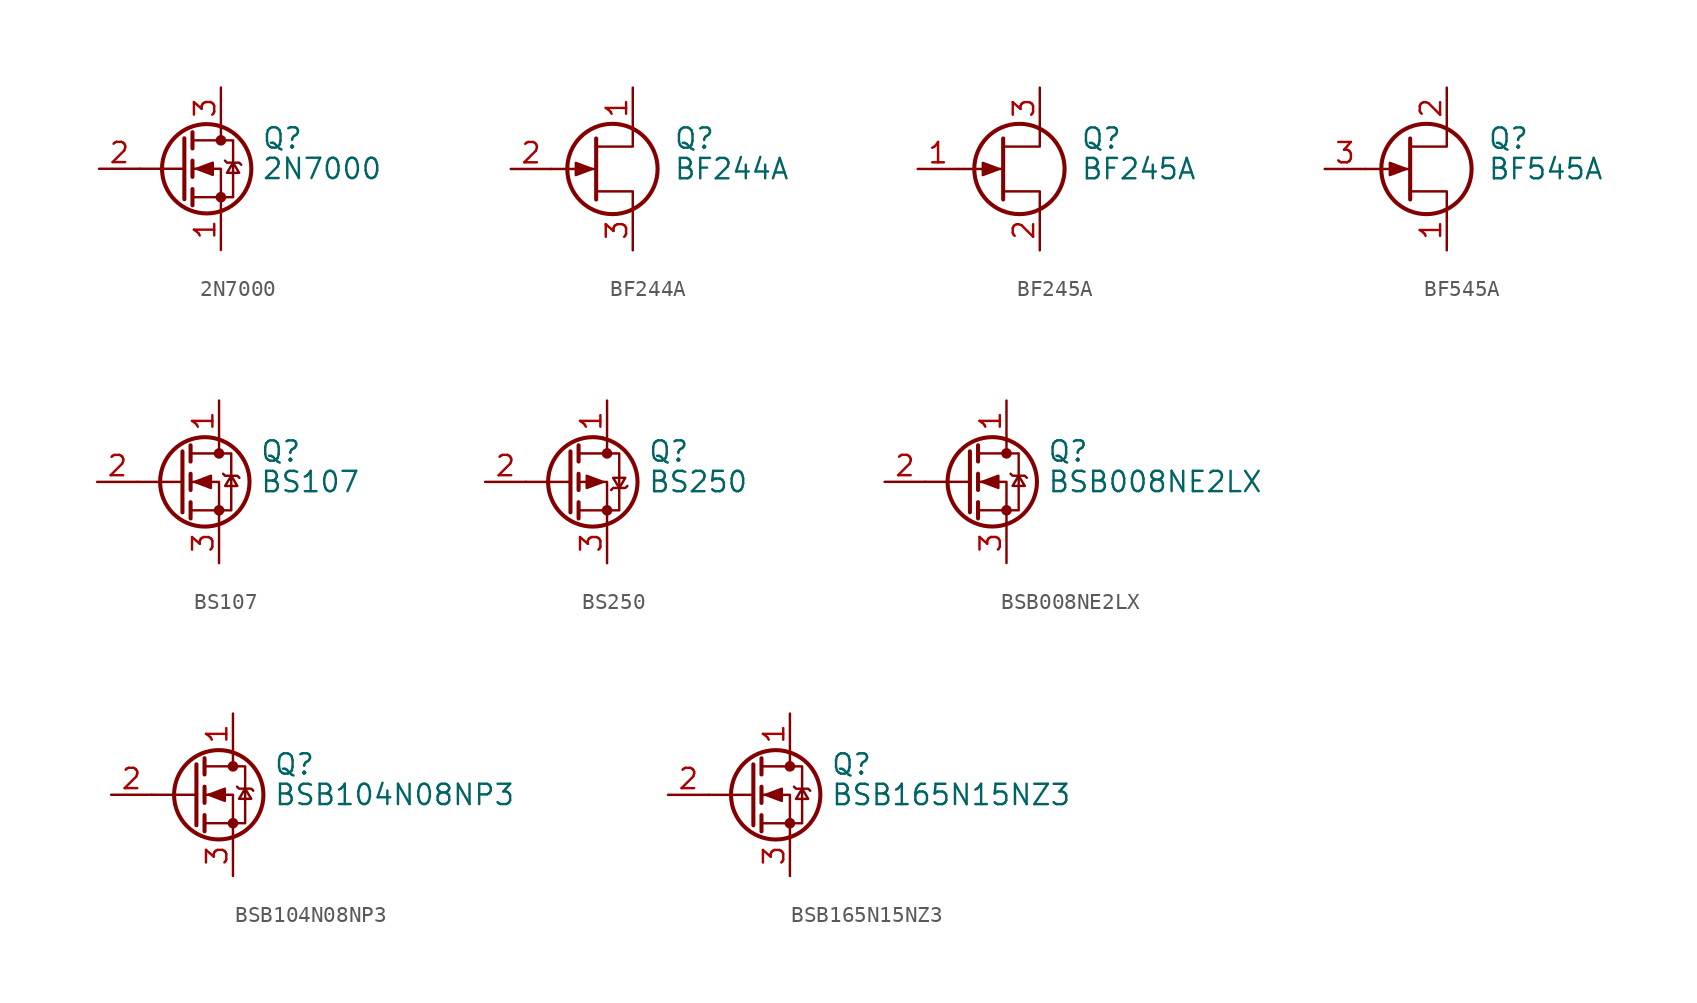
<source format=kicad_sym>
(kicad_symbol_lib
  (version 20201005)
  (generator kicad_symbol_editor)
  (symbol "2N7000"
    (pin_names hide)
    (property "Reference" "Q"
      (at 5.08 1.905 0)
      (effects (font (size 1.27 1.27)) (justify left)))
    (property "Value" "2N7000"
      (at 5.08 0 0)
      (effects (font (size 1.27 1.27)) (justify left)))
    (symbol "2N7000_0_1"
      (circle (center 1.651 0) (radius 2.794) (stroke (width 0.254)) (fill (type none)))
      (circle (center 2.54 -1.778) (radius 0.254) (stroke (width 0)) (fill (type outline)))
      (circle (center 2.54 1.778) (radius 0.254) (stroke (width 0)) (fill (type outline)))
      (polyline (pts (xy 0.254 0) (xy -2.54 0)) (stroke (width 0)) (fill (type none)))
      (polyline (pts (xy 0.254 1.905) (xy 0.254 -1.905)) (stroke (width 0.254)) (fill (type none)))
      (polyline (pts (xy 0.762 -1.27) (xy 0.762 -2.286)) (stroke (width 0.254)) (fill (type none)))
      (polyline (pts (xy 0.762 0.508) (xy 0.762 -0.508)) (stroke (width 0.254)) (fill (type none)))
      (polyline (pts (xy 0.762 2.286) (xy 0.762 1.27)) (stroke (width 0.254)) (fill (type none)))
      (polyline (pts (xy 2.54 2.54) (xy 2.54 1.778)) (stroke (width 0)) (fill (type none)))
      (polyline (pts (xy 2.54 -2.54) (xy 2.54 0) (xy 0.762 0)) (stroke (width 0)) (fill (type none)))
      (polyline (pts (xy 0.762 -1.778) (xy 3.302 -1.778) (xy 3.302 1.778) (xy 0.762 1.778)) (stroke (width 0)) (fill (type none)))
      (polyline (pts (xy 2.794 0.508) (xy 2.921 0.381) (xy 3.683 0.381) (xy 3.81 0.254)) (stroke (width 0)) (fill (type none)))
      (polyline (pts (xy 3.302 0.381) (xy 2.921 -0.254) (xy 3.683 -0.254) (xy 3.302 0.381)) (stroke (width 0)) (fill (type none)))
      (polyline (pts (xy 1.016 0) (xy 2.032 0.381) (xy 2.032 -0.381) (xy 1.016 0)) (stroke (width 0)) (fill (type outline))))
    (symbol "2N7000_1_1"
      (pin passive line (at 2.54 -5.08 90) (length 2.54) (name "S" (effects (font (size 1.27 1.27)))) (number "1" (effects (font (size 1.27 1.27)))))
      (pin input line (at -5.08 0 0) (length 2.54) (name "G" (effects (font (size 1.27 1.27)))) (number "2" (effects (font (size 1.27 1.27)))))
      (pin passive line (at 2.54 5.08 270) (length 2.54) (name "D" (effects (font (size 1.27 1.27)))) (number "3" (effects (font (size 1.27 1.27)))))))
  (symbol "BF244A"
    (pin_names hide)
    (property "Reference" "Q"
      (at 5.08 1.905 0)
      (effects (font (size 1.27 1.27)) (justify left)))
    (property "Value" "BF244A"
      (at 5.08 0 0)
      (effects (font (size 1.27 1.27)) (justify left)))
    (symbol "BF244A_0_1"
      (circle (center 1.27 0) (radius 2.819) (stroke (width 0.254)) (fill (type none)))
      (polyline (pts (xy 0.254 0) (xy -2.54 0)) (stroke (width 0)) (fill (type none)))
      (polyline (pts (xy 0.254 1.905) (xy 0.254 -1.905)) (stroke (width 0.254)) (fill (type none)))
      (polyline (pts (xy 2.54 -2.54) (xy 2.54 -1.397) (xy 0.254 -1.397)) (stroke (width 0)) (fill (type none)))
      (polyline (pts (xy 2.54 2.54) (xy 2.54 1.397) (xy 0.254 1.397)) (stroke (width 0)) (fill (type none)))
      (polyline (pts (xy 0 0) (xy -1.016 0.381) (xy -1.016 -0.381) (xy 0 0)) (stroke (width 0)) (fill (type outline))))
    (symbol "BF244A_1_1"
      (pin passive line (at 2.54 5.08 270) (length 2.54) (name "D" (effects (font (size 1.27 1.27)))) (number "1" (effects (font (size 1.27 1.27)))))
      (pin input line (at -5.08 0 0) (length 2.54) (name "G" (effects (font (size 1.27 1.27)))) (number "2" (effects (font (size 1.27 1.27)))))
      (pin passive line (at 2.54 -5.08 90) (length 2.54) (name "S" (effects (font (size 1.27 1.27)))) (number "3" (effects (font (size 1.27 1.27)))))))
  (symbol "BF245A"
    (pin_names hide)
    (property "Reference" "Q"
      (at 5.08 1.905 0)
      (effects (font (size 1.27 1.27)) (justify left)))
    (property "Value" "BF245A"
      (at 5.08 0 0)
      (effects (font (size 1.27 1.27)) (justify left)))
    (symbol "BF245A_0_1"
      (circle (center 1.27 0) (radius 2.819) (stroke (width 0.254)) (fill (type none)))
      (polyline (pts (xy 0.254 0) (xy -2.54 0)) (stroke (width 0)) (fill (type none)))
      (polyline (pts (xy 0.254 1.905) (xy 0.254 -1.905)) (stroke (width 0.254)) (fill (type none)))
      (polyline (pts (xy 2.54 -2.54) (xy 2.54 -1.397) (xy 0.254 -1.397)) (stroke (width 0)) (fill (type none)))
      (polyline (pts (xy 2.54 2.54) (xy 2.54 1.397) (xy 0.254 1.397)) (stroke (width 0)) (fill (type none)))
      (polyline (pts (xy 0 0) (xy -1.016 0.381) (xy -1.016 -0.381) (xy 0 0)) (stroke (width 0)) (fill (type outline))))
    (symbol "BF245A_1_1"
      (pin input line (at -5.08 0 0) (length 2.54) (name "G" (effects (font (size 1.27 1.27)))) (number "1" (effects (font (size 1.27 1.27)))))
      (pin passive line (at 2.54 -5.08 90) (length 2.54) (name "S" (effects (font (size 1.27 1.27)))) (number "2" (effects (font (size 1.27 1.27)))))
      (pin passive line (at 2.54 5.08 270) (length 2.54) (name "D" (effects (font (size 1.27 1.27)))) (number "3" (effects (font (size 1.27 1.27)))))))
  (symbol "BF545A"
    (pin_names hide)
    (property "Reference" "Q"
      (at 5.08 1.905 0)
      (effects (font (size 1.27 1.27)) (justify left)))
    (property "Value" "BF545A"
      (at 5.08 0 0)
      (effects (font (size 1.27 1.27)) (justify left)))
    (symbol "BF545A_0_1"
      (circle (center 1.27 0) (radius 2.819) (stroke (width 0.254)) (fill (type none)))
      (polyline (pts (xy 0.254 0) (xy -2.54 0)) (stroke (width 0)) (fill (type none)))
      (polyline (pts (xy 0.254 1.905) (xy 0.254 -1.905)) (stroke (width 0.254)) (fill (type none)))
      (polyline (pts (xy 2.54 -2.54) (xy 2.54 -1.397) (xy 0.254 -1.397)) (stroke (width 0)) (fill (type none)))
      (polyline (pts (xy 2.54 2.54) (xy 2.54 1.397) (xy 0.254 1.397)) (stroke (width 0)) (fill (type none)))
      (polyline (pts (xy 0 0) (xy -1.016 0.381) (xy -1.016 -0.381) (xy 0 0)) (stroke (width 0)) (fill (type outline))))
    (symbol "BF545A_1_1"
      (pin passive line (at 2.54 -5.08 90) (length 2.54) (name "S" (effects (font (size 1.27 1.27)))) (number "1" (effects (font (size 1.27 1.27)))))
      (pin passive line (at 2.54 5.08 270) (length 2.54) (name "D" (effects (font (size 1.27 1.27)))) (number "2" (effects (font (size 1.27 1.27)))))
      (pin input line (at -5.08 0 0) (length 2.54) (name "G" (effects (font (size 1.27 1.27)))) (number "3" (effects (font (size 1.27 1.27)))))))
  (symbol "BS107"
    (pin_names hide)
    (property "Reference" "Q"
      (at 5.08 1.905 0)
      (effects (font (size 1.27 1.27)) (justify left)))
    (property "Value" "BS107"
      (at 5.08 0 0)
      (effects (font (size 1.27 1.27)) (justify left)))
    (symbol "BS107_0_1"
      (circle (center 1.651 0) (radius 2.794) (stroke (width 0.254)) (fill (type none)))
      (circle (center 2.54 -1.778) (radius 0.254) (stroke (width 0)) (fill (type outline)))
      (circle (center 2.54 1.778) (radius 0.254) (stroke (width 0)) (fill (type outline)))
      (polyline (pts (xy 0.254 0) (xy -2.54 0)) (stroke (width 0)) (fill (type none)))
      (polyline (pts (xy 0.254 1.905) (xy 0.254 -1.905)) (stroke (width 0.254)) (fill (type none)))
      (polyline (pts (xy 0.762 -1.27) (xy 0.762 -2.286)) (stroke (width 0.254)) (fill (type none)))
      (polyline (pts (xy 0.762 0.508) (xy 0.762 -0.508)) (stroke (width 0.254)) (fill (type none)))
      (polyline (pts (xy 0.762 2.286) (xy 0.762 1.27)) (stroke (width 0.254)) (fill (type none)))
      (polyline (pts (xy 2.54 2.54) (xy 2.54 1.778)) (stroke (width 0)) (fill (type none)))
      (polyline (pts (xy 2.54 -2.54) (xy 2.54 0) (xy 0.762 0)) (stroke (width 0)) (fill (type none)))
      (polyline (pts (xy 0.762 -1.778) (xy 3.302 -1.778) (xy 3.302 1.778) (xy 0.762 1.778)) (stroke (width 0)) (fill (type none)))
      (polyline (pts (xy 2.794 0.508) (xy 2.921 0.381) (xy 3.683 0.381) (xy 3.81 0.254)) (stroke (width 0)) (fill (type none)))
      (polyline (pts (xy 3.302 0.381) (xy 2.921 -0.254) (xy 3.683 -0.254) (xy 3.302 0.381)) (stroke (width 0)) (fill (type none)))
      (polyline (pts (xy 1.016 0) (xy 2.032 0.381) (xy 2.032 -0.381) (xy 1.016 0)) (stroke (width 0)) (fill (type outline))))
    (symbol "BS107_1_1"
      (pin passive line (at 2.54 5.08 270) (length 2.54) (name "D" (effects (font (size 1.27 1.27)))) (number "1" (effects (font (size 1.27 1.27)))))
      (pin input line (at -5.08 0 0) (length 2.54) (name "G" (effects (font (size 1.27 1.27)))) (number "2" (effects (font (size 1.27 1.27)))))
      (pin passive line (at 2.54 -5.08 90) (length 2.54) (name "S" (effects (font (size 1.27 1.27)))) (number "3" (effects (font (size 1.27 1.27)))))))
  (symbol "BS250"
    (pin_names hide)
    (property "Reference" "Q"
      (at 5.08 1.905 0)
      (effects (font (size 1.27 1.27)) (justify left)))
    (property "Value" "BS250"
      (at 5.08 0 0)
      (effects (font (size 1.27 1.27)) (justify left)))
    (symbol "BS250_0_1"
      (circle (center 1.651 0) (radius 2.794) (stroke (width 0.254)) (fill (type none)))
      (circle (center 2.54 -1.778) (radius 0.254) (stroke (width 0)) (fill (type outline)))
      (circle (center 2.54 1.778) (radius 0.254) (stroke (width 0)) (fill (type outline)))
      (polyline (pts (xy 0.254 0) (xy -2.54 0)) (stroke (width 0)) (fill (type none)))
      (polyline (pts (xy 0.254 1.905) (xy 0.254 -1.905)) (stroke (width 0.254)) (fill (type none)))
      (polyline (pts (xy 0.762 -1.27) (xy 0.762 -2.286)) (stroke (width 0.254)) (fill (type none)))
      (polyline (pts (xy 0.762 0.508) (xy 0.762 -0.508)) (stroke (width 0.254)) (fill (type none)))
      (polyline (pts (xy 0.762 2.286) (xy 0.762 1.27)) (stroke (width 0.254)) (fill (type none)))
      (polyline (pts (xy 2.54 2.54) (xy 2.54 1.778)) (stroke (width 0)) (fill (type none)))
      (polyline (pts (xy 2.54 -2.54) (xy 2.54 0) (xy 0.762 0)) (stroke (width 0)) (fill (type none)))
      (polyline (pts (xy 0.762 1.778) (xy 3.302 1.778) (xy 3.302 -1.778) (xy 0.762 -1.778)) (stroke (width 0)) (fill (type none)))
      (polyline (pts (xy 2.794 -0.508) (xy 2.921 -0.381) (xy 3.683 -0.381) (xy 3.81 -0.254)) (stroke (width 0)) (fill (type none)))
      (polyline (pts (xy 3.302 -0.381) (xy 2.921 0.254) (xy 3.683 0.254) (xy 3.302 -0.381)) (stroke (width 0)) (fill (type none)))
      (polyline (pts (xy 2.286 0) (xy 1.27 0.381) (xy 1.27 -0.381) (xy 2.286 0)) (stroke (width 0)) (fill (type outline))))
    (symbol "BS250_1_1"
      (pin passive line (at 2.54 5.08 270) (length 2.54) (name "D" (effects (font (size 1.27 1.27)))) (number "1" (effects (font (size 1.27 1.27)))))
      (pin input line (at -5.08 0 0) (length 2.54) (name "G" (effects (font (size 1.27 1.27)))) (number "2" (effects (font (size 1.27 1.27)))))
      (pin passive line (at 2.54 -5.08 90) (length 2.54) (name "S" (effects (font (size 1.27 1.27)))) (number "3" (effects (font (size 1.27 1.27)))))))
  (symbol "BSB008NE2LX"
    (pin_names hide)
    (property "Reference" "Q"
      (at 5.08 1.905 0)
      (effects (font (size 1.27 1.27)) (justify left)))
    (property "Value" "BSB008NE2LX"
      (at 5.08 0 0)
      (effects (font (size 1.27 1.27)) (justify left)))
    (symbol "BSB008NE2LX_0_1"
      (circle (center 1.651 0) (radius 2.794) (stroke (width 0.254)) (fill (type none)))
      (circle (center 2.54 -1.778) (radius 0.254) (stroke (width 0)) (fill (type outline)))
      (circle (center 2.54 1.778) (radius 0.254) (stroke (width 0)) (fill (type outline)))
      (polyline (pts (xy 0.254 0) (xy -2.54 0)) (stroke (width 0)) (fill (type none)))
      (polyline (pts (xy 0.254 1.905) (xy 0.254 -1.905)) (stroke (width 0.254)) (fill (type none)))
      (polyline (pts (xy 0.762 -1.27) (xy 0.762 -2.286)) (stroke (width 0.254)) (fill (type none)))
      (polyline (pts (xy 0.762 0.508) (xy 0.762 -0.508)) (stroke (width 0.254)) (fill (type none)))
      (polyline (pts (xy 0.762 2.286) (xy 0.762 1.27)) (stroke (width 0.254)) (fill (type none)))
      (polyline (pts (xy 2.54 2.54) (xy 2.54 1.778)) (stroke (width 0)) (fill (type none)))
      (polyline (pts (xy 2.54 -2.54) (xy 2.54 0) (xy 0.762 0)) (stroke (width 0)) (fill (type none)))
      (polyline (pts (xy 0.762 -1.778) (xy 3.302 -1.778) (xy 3.302 1.778) (xy 0.762 1.778)) (stroke (width 0)) (fill (type none)))
      (polyline (pts (xy 2.794 0.508) (xy 2.921 0.381) (xy 3.683 0.381) (xy 3.81 0.254)) (stroke (width 0)) (fill (type none)))
      (polyline (pts (xy 3.302 0.381) (xy 2.921 -0.254) (xy 3.683 -0.254) (xy 3.302 0.381)) (stroke (width 0)) (fill (type none)))
      (polyline (pts (xy 1.016 0) (xy 2.032 0.381) (xy 2.032 -0.381) (xy 1.016 0)) (stroke (width 0)) (fill (type outline))))
    (symbol "BSB008NE2LX_1_1"
      (pin passive line (at 2.54 5.08 270) (length 2.54) (name "D" (effects (font (size 1.27 1.27)))) (number "1" (effects (font (size 1.27 1.27)))))
      (pin input line (at -5.08 0 0) (length 2.54) (name "G" (effects (font (size 1.27 1.27)))) (number "2" (effects (font (size 1.27 1.27)))))
      (pin passive line (at 2.54 -5.08 90) (length 2.54) (name "S" (effects (font (size 1.27 1.27)))) (number "3" (effects (font (size 1.27 1.27)))))))
  (symbol "BSB104N08NP3"
    (pin_names hide)
    (property "Reference" "Q"
      (at 5.08 1.905 0)
      (effects (font (size 1.27 1.27)) (justify left)))
    (property "Value" "BSB104N08NP3"
      (at 5.08 0 0)
      (effects (font (size 1.27 1.27)) (justify left)))
    (symbol "BSB104N08NP3_0_1"
      (circle (center 1.651 0) (radius 2.794) (stroke (width 0.254)) (fill (type none)))
      (circle (center 2.54 -1.778) (radius 0.254) (stroke (width 0)) (fill (type outline)))
      (circle (center 2.54 1.778) (radius 0.254) (stroke (width 0)) (fill (type outline)))
      (polyline (pts (xy 0.254 0) (xy -2.54 0)) (stroke (width 0)) (fill (type none)))
      (polyline (pts (xy 0.254 1.905) (xy 0.254 -1.905)) (stroke (width 0.254)) (fill (type none)))
      (polyline (pts (xy 0.762 -1.27) (xy 0.762 -2.286)) (stroke (width 0.254)) (fill (type none)))
      (polyline (pts (xy 0.762 0.508) (xy 0.762 -0.508)) (stroke (width 0.254)) (fill (type none)))
      (polyline (pts (xy 0.762 2.286) (xy 0.762 1.27)) (stroke (width 0.254)) (fill (type none)))
      (polyline (pts (xy 2.54 2.54) (xy 2.54 1.778)) (stroke (width 0)) (fill (type none)))
      (polyline (pts (xy 2.54 -2.54) (xy 2.54 0) (xy 0.762 0)) (stroke (width 0)) (fill (type none)))
      (polyline (pts (xy 0.762 -1.778) (xy 3.302 -1.778) (xy 3.302 1.778) (xy 0.762 1.778)) (stroke (width 0)) (fill (type none)))
      (polyline (pts (xy 2.794 0.508) (xy 2.921 0.381) (xy 3.683 0.381) (xy 3.81 0.254)) (stroke (width 0)) (fill (type none)))
      (polyline (pts (xy 3.302 0.381) (xy 2.921 -0.254) (xy 3.683 -0.254) (xy 3.302 0.381)) (stroke (width 0)) (fill (type none)))
      (polyline (pts (xy 1.016 0) (xy 2.032 0.381) (xy 2.032 -0.381) (xy 1.016 0)) (stroke (width 0)) (fill (type outline))))
    (symbol "BSB104N08NP3_1_1"
      (pin passive line (at 2.54 5.08 270) (length 2.54) (name "D" (effects (font (size 1.27 1.27)))) (number "1" (effects (font (size 1.27 1.27)))))
      (pin input line (at -5.08 0 0) (length 2.54) (name "G" (effects (font (size 1.27 1.27)))) (number "2" (effects (font (size 1.27 1.27)))))
      (pin passive line (at 2.54 -5.08 90) (length 2.54) (name "S" (effects (font (size 1.27 1.27)))) (number "3" (effects (font (size 1.27 1.27)))))))
  (symbol "BSB165N15NZ3"
    (pin_names hide)
    (property "Reference" "Q"
      (at 5.08 1.905 0)
      (effects (font (size 1.27 1.27)) (justify left)))
    (property "Value" "BSB165N15NZ3"
      (at 5.08 0 0)
      (effects (font (size 1.27 1.27)) (justify left)))
    (symbol "BSB165N15NZ3_0_1"
      (circle (center 1.651 0) (radius 2.794) (stroke (width 0.254)) (fill (type none)))
      (circle (center 2.54 -1.778) (radius 0.254) (stroke (width 0)) (fill (type outline)))
      (circle (center 2.54 1.778) (radius 0.254) (stroke (width 0)) (fill (type outline)))
      (polyline (pts (xy 0.254 0) (xy -2.54 0)) (stroke (width 0)) (fill (type none)))
      (polyline (pts (xy 0.254 1.905) (xy 0.254 -1.905)) (stroke (width 0.254)) (fill (type none)))
      (polyline (pts (xy 0.762 -1.27) (xy 0.762 -2.286)) (stroke (width 0.254)) (fill (type none)))
      (polyline (pts (xy 0.762 0.508) (xy 0.762 -0.508)) (stroke (width 0.254)) (fill (type none)))
      (polyline (pts (xy 0.762 2.286) (xy 0.762 1.27)) (stroke (width 0.254)) (fill (type none)))
      (polyline (pts (xy 2.54 2.54) (xy 2.54 1.778)) (stroke (width 0)) (fill (type none)))
      (polyline (pts (xy 2.54 -2.54) (xy 2.54 0) (xy 0.762 0)) (stroke (width 0)) (fill (type none)))
      (polyline (pts (xy 0.762 -1.778) (xy 3.302 -1.778) (xy 3.302 1.778) (xy 0.762 1.778)) (stroke (width 0)) (fill (type none)))
      (polyline (pts (xy 2.794 0.508) (xy 2.921 0.381) (xy 3.683 0.381) (xy 3.81 0.254)) (stroke (width 0)) (fill (type none)))
      (polyline (pts (xy 3.302 0.381) (xy 2.921 -0.254) (xy 3.683 -0.254) (xy 3.302 0.381)) (stroke (width 0)) (fill (type none)))
      (polyline (pts (xy 1.016 0) (xy 2.032 0.381) (xy 2.032 -0.381) (xy 1.016 0)) (stroke (width 0)) (fill (type outline))))
    (symbol "BSB165N15NZ3_1_1"
      (pin passive line (at 2.54 5.08 270) (length 2.54) (name "D" (effects (font (size 1.27 1.27)))) (number "1" (effects (font (size 1.27 1.27)))))
      (pin input line (at -5.08 0 0) (length 2.54) (name "G" (effects (font (size 1.27 1.27)))) (number "2" (effects (font (size 1.27 1.27)))))
      (pin passive line (at 2.54 -5.08 90) (length 2.54) (name "S" (effects (font (size 1.27 1.27)))) (number "3" (effects (font (size 1.27 1.27))))))))
</source>
